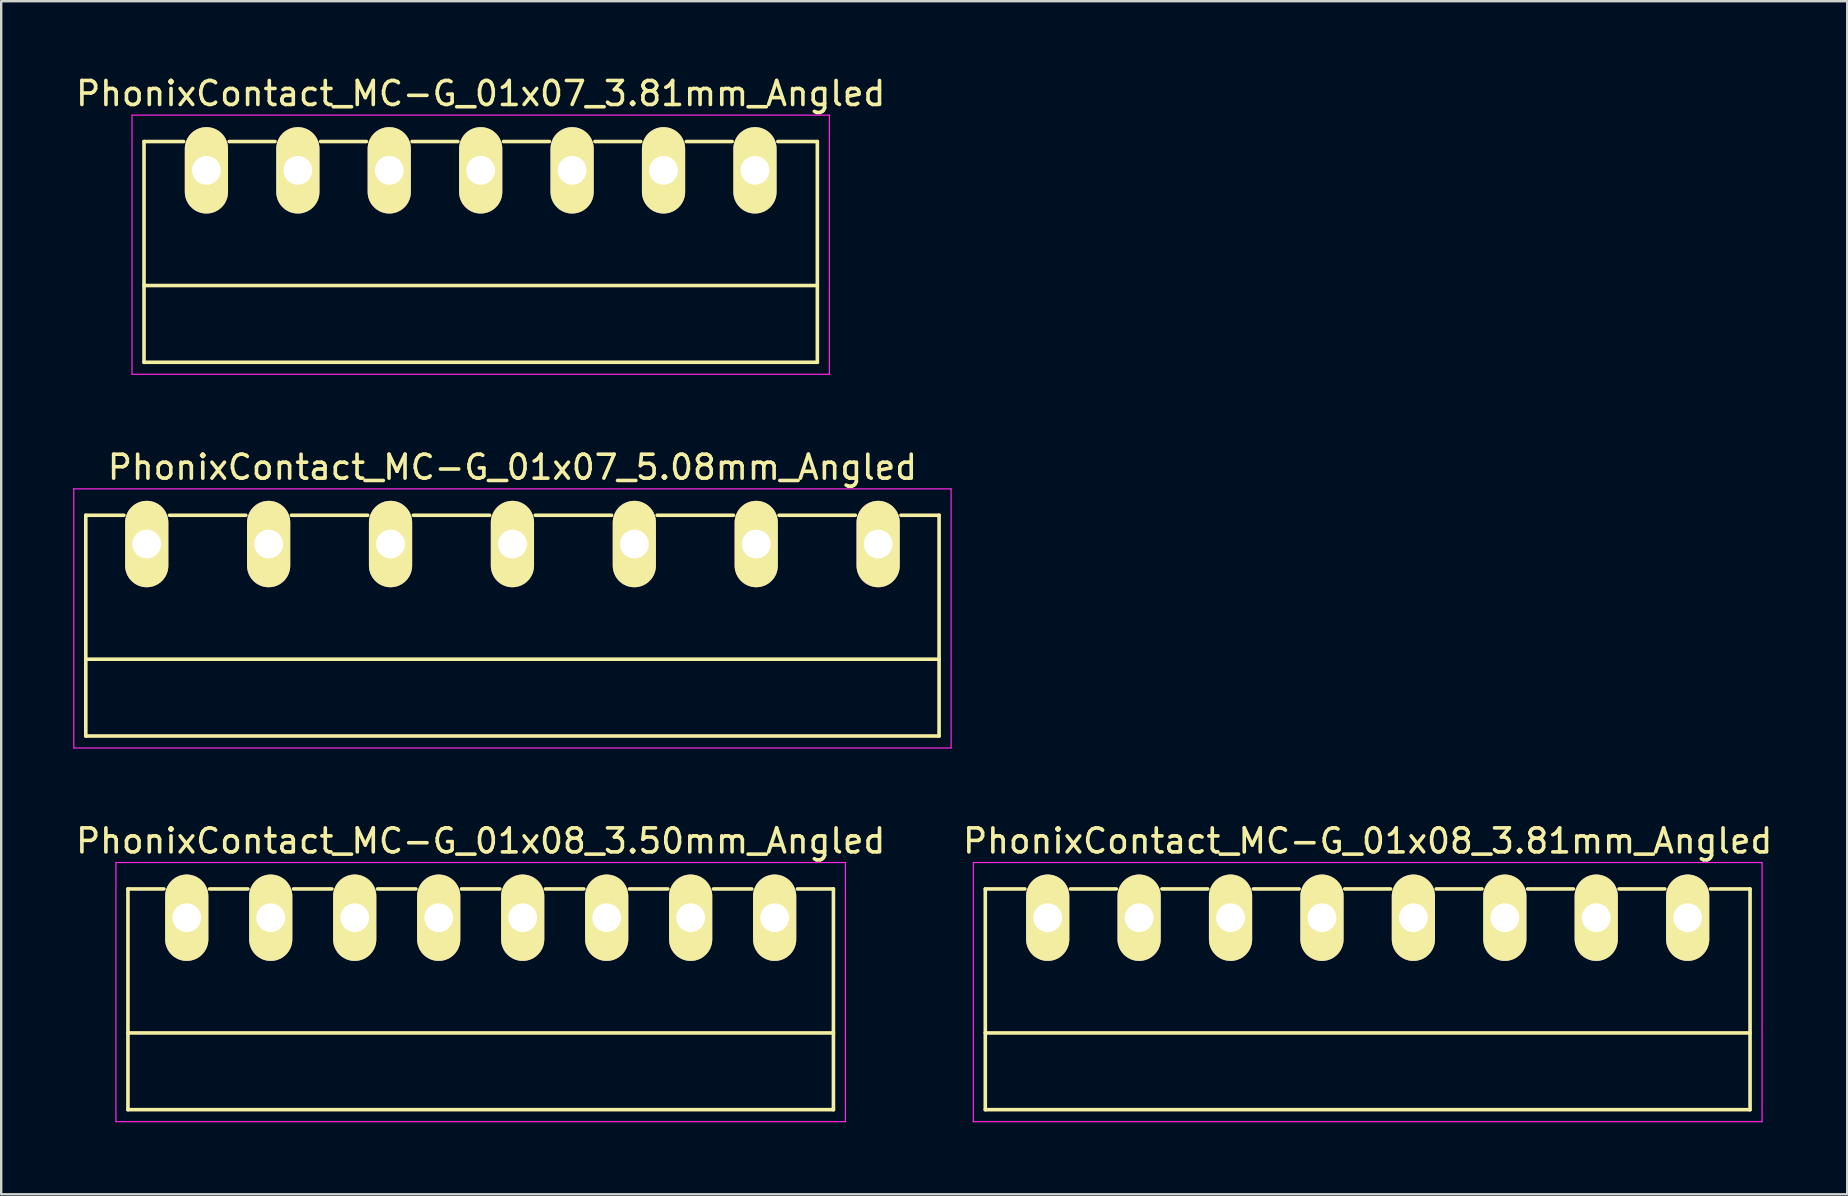
<source format=kicad_pcb>
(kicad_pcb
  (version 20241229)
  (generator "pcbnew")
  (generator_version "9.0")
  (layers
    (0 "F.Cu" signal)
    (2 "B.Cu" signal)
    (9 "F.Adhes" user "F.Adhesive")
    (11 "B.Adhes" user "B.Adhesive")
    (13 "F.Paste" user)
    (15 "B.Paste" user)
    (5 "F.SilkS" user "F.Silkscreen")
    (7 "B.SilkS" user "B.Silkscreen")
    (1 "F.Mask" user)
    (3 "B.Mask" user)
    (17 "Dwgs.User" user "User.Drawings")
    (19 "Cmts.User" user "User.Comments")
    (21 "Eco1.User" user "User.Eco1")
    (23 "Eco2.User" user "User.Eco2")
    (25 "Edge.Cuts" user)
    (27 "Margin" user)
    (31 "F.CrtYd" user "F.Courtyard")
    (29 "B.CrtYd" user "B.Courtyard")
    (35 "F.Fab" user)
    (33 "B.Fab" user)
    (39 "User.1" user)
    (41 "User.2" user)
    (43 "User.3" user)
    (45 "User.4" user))
  (footprint "PhonixContact_MC-G_01x08_3.50mm_Angled"
    (layer "F.Cu")
    (at 4.732 35.195)
    (property "Reference" "PhonixContact_MC-G_01x08_3.50mm_Angled" (at 12.25 -3.2 0) (layer "F.SilkS") (effects (font (size 1 1) (thickness 0.15))))
    (attr through_hole)
    (fp_line (start -2.45 -1.2) (end -2.45 8) (stroke (width 0.15) (type solid)) (layer "F.SilkS"))
    (fp_line (start -2.45 -1.2) (end -0.95 -1.2) (stroke (width 0.15) (type solid)) (layer "F.SilkS"))
    (fp_line (start -2.45 4.8) (end 26.95 4.8) (stroke (width 0.15) (type solid)) (layer "F.SilkS"))
    (fp_line (start -2.45 8) (end 26.95 8) (stroke (width 0.15) (type solid)) (layer "F.SilkS"))
    (fp_line (start 0.95 -1.2) (end 2.55 -1.2) (stroke (width 0.15) (type solid)) (layer "F.SilkS"))
    (fp_line (start 4.45 -1.2) (end 6.05 -1.2) (stroke (width 0.15) (type solid)) (layer "F.SilkS"))
    (fp_line (start 7.95 -1.2) (end 9.55 -1.2) (stroke (width 0.15) (type solid)) (layer "F.SilkS"))
    (fp_line (start 11.45 -1.2) (end 13.05 -1.2) (stroke (width 0.15) (type solid)) (layer "F.SilkS"))
    (fp_line (start 14.95 -1.2) (end 16.55 -1.2) (stroke (width 0.15) (type solid)) (layer "F.SilkS"))
    (fp_line (start 18.45 -1.2) (end 20.05 -1.2) (stroke (width 0.15) (type solid)) (layer "F.SilkS"))
    (fp_line (start 21.95 -1.2) (end 23.55 -1.2) (stroke (width 0.15) (type solid)) (layer "F.SilkS"))
    (fp_line (start 26.95 -1.2) (end 25.45 -1.2) (stroke (width 0.15) (type solid)) (layer "F.SilkS"))
    (fp_line (start 26.95 8) (end 26.95 -1.2) (stroke (width 0.15) (type solid)) (layer "F.SilkS"))
    (fp_line (start -2.95 -2.3) (end -2.95 8.5) (stroke (width 0.05) (type solid)) (layer "F.CrtYd"))
    (fp_line (start -2.95 8.5) (end 27.45 8.5) (stroke (width 0.05) (type solid)) (layer "F.CrtYd"))
    (fp_line (start 27.45 -2.3) (end -2.95 -2.3) (stroke (width 0.05) (type solid)) (layer "F.CrtYd"))
    (fp_line (start 27.45 8.5) (end 27.45 -2.3) (stroke (width 0.05) (type solid)) (layer "F.CrtYd"))
    (pad "1" thru_hole oval (at 0 0) (size 1.8 3.6) (drill 1.2) (layers "*.Cu" "*.Mask" "F.SilkS"))
    (pad "2" thru_hole oval (at 3.5 0) (size 1.8 3.6) (drill 1.2) (layers "*.Cu" "*.Mask" "F.SilkS"))
    (pad "3" thru_hole oval (at 7 0) (size 1.8 3.6) (drill 1.2) (layers "*.Cu" "*.Mask" "F.SilkS"))
    (pad "4" thru_hole oval (at 10.5 0) (size 1.8 3.6) (drill 1.2) (layers "*.Cu" "*.Mask" "F.SilkS"))
    (pad "5" thru_hole oval (at 14 0) (size 1.8 3.6) (drill 1.2) (layers "*.Cu" "*.Mask" "F.SilkS"))
    (pad "6" thru_hole oval (at 17.5 0) (size 1.8 3.6) (drill 1.2) (layers "*.Cu" "*.Mask" "F.SilkS"))
    (pad "7" thru_hole oval (at 21 0) (size 1.8 3.6) (drill 1.2) (layers "*.Cu" "*.Mask" "F.SilkS"))
    (pad "8" thru_hole oval (at 24.5 0) (size 1.8 3.6) (drill 1.2) (layers "*.Cu" "*.Mask" "F.SilkS")))
  (footprint "PhonixContact_MC-G_01x08_3.81mm_Angled"
    (layer "F.Cu")
    (at 40.611 35.195)
    (property "Reference" "PhonixContact_MC-G_01x08_3.81mm_Angled" (at 13.335 -3.2 0) (layer "F.SilkS") (effects (font (size 1 1) (thickness 0.15))))
    (attr through_hole)
    (fp_line (start -2.6 -1.2) (end -2.6 8) (stroke (width 0.15) (type solid)) (layer "F.SilkS"))
    (fp_line (start -2.6 -1.2) (end -0.95 -1.2) (stroke (width 0.15) (type solid)) (layer "F.SilkS"))
    (fp_line (start -2.6 4.8) (end 29.27 4.8) (stroke (width 0.15) (type solid)) (layer "F.SilkS"))
    (fp_line (start -2.6 8) (end 29.27 8) (stroke (width 0.15) (type solid)) (layer "F.SilkS"))
    (fp_line (start 0.95 -1.2) (end 2.86 -1.2) (stroke (width 0.15) (type solid)) (layer "F.SilkS"))
    (fp_line (start 4.76 -1.2) (end 6.67 -1.2) (stroke (width 0.15) (type solid)) (layer "F.SilkS"))
    (fp_line (start 8.57 -1.2) (end 10.48 -1.2) (stroke (width 0.15) (type solid)) (layer "F.SilkS"))
    (fp_line (start 12.38 -1.2) (end 14.29 -1.2) (stroke (width 0.15) (type solid)) (layer "F.SilkS"))
    (fp_line (start 16.19 -1.2) (end 18.1 -1.2) (stroke (width 0.15) (type solid)) (layer "F.SilkS"))
    (fp_line (start 20 -1.2) (end 21.91 -1.2) (stroke (width 0.15) (type solid)) (layer "F.SilkS"))
    (fp_line (start 23.81 -1.2) (end 25.72 -1.2) (stroke (width 0.15) (type solid)) (layer "F.SilkS"))
    (fp_line (start 29.27 -1.2) (end 27.62 -1.2) (stroke (width 0.15) (type solid)) (layer "F.SilkS"))
    (fp_line (start 29.27 8) (end 29.27 -1.2) (stroke (width 0.15) (type solid)) (layer "F.SilkS"))
    (fp_line (start -3.1 -2.3) (end -3.1 8.5) (stroke (width 0.05) (type solid)) (layer "F.CrtYd"))
    (fp_line (start -3.1 8.5) (end 29.77 8.5) (stroke (width 0.05) (type solid)) (layer "F.CrtYd"))
    (fp_line (start 29.77 -2.3) (end -3.1 -2.3) (stroke (width 0.05) (type solid)) (layer "F.CrtYd"))
    (fp_line (start 29.77 8.5) (end 29.77 -2.3) (stroke (width 0.05) (type solid)) (layer "F.CrtYd"))
    (pad "1" thru_hole oval (at 0 0) (size 1.8 3.6) (drill 1.2) (layers "*.Cu" "*.Mask" "F.SilkS"))
    (pad "2" thru_hole oval (at 3.81 0) (size 1.8 3.6) (drill 1.2) (layers "*.Cu" "*.Mask" "F.SilkS"))
    (pad "3" thru_hole oval (at 7.62 0) (size 1.8 3.6) (drill 1.2) (layers "*.Cu" "*.Mask" "F.SilkS"))
    (pad "4" thru_hole oval (at 11.43 0) (size 1.8 3.6) (drill 1.2) (layers "*.Cu" "*.Mask" "F.SilkS"))
    (pad "5" thru_hole oval (at 15.24 0) (size 1.8 3.6) (drill 1.2) (layers "*.Cu" "*.Mask" "F.SilkS"))
    (pad "6" thru_hole oval (at 19.05 0) (size 1.8 3.6) (drill 1.2) (layers "*.Cu" "*.Mask" "F.SilkS"))
    (pad "7" thru_hole oval (at 22.86 0) (size 1.8 3.6) (drill 1.2) (layers "*.Cu" "*.Mask" "F.SilkS"))
    (pad "8" thru_hole oval (at 26.67 0) (size 1.8 3.6) (drill 1.2) (layers "*.Cu" "*.Mask" "F.SilkS")))
  (footprint "PhonixContact_MC-G_01x07_3.81mm_Angled"
    (layer "F.Cu")
    (at 5.552 4.048)
    (property "Reference" "PhonixContact_MC-G_01x07_3.81mm_Angled" (at 11.43 -3.2 0) (layer "F.SilkS") (effects (font (size 1 1) (thickness 0.15))))
    (attr through_hole)
    (fp_line (start -2.6 -1.2) (end -2.6 8) (stroke (width 0.15) (type solid)) (layer "F.SilkS"))
    (fp_line (start -2.6 -1.2) (end -0.95 -1.2) (stroke (width 0.15) (type solid)) (layer "F.SilkS"))
    (fp_line (start -2.6 4.8) (end 25.46 4.8) (stroke (width 0.15) (type solid)) (layer "F.SilkS"))
    (fp_line (start -2.6 8) (end 25.46 8) (stroke (width 0.15) (type solid)) (layer "F.SilkS"))
    (fp_line (start 0.95 -1.2) (end 2.86 -1.2) (stroke (width 0.15) (type solid)) (layer "F.SilkS"))
    (fp_line (start 4.76 -1.2) (end 6.67 -1.2) (stroke (width 0.15) (type solid)) (layer "F.SilkS"))
    (fp_line (start 8.57 -1.2) (end 10.48 -1.2) (stroke (width 0.15) (type solid)) (layer "F.SilkS"))
    (fp_line (start 12.38 -1.2) (end 14.29 -1.2) (stroke (width 0.15) (type solid)) (layer "F.SilkS"))
    (fp_line (start 16.19 -1.2) (end 18.1 -1.2) (stroke (width 0.15) (type solid)) (layer "F.SilkS"))
    (fp_line (start 20 -1.2) (end 21.91 -1.2) (stroke (width 0.15) (type solid)) (layer "F.SilkS"))
    (fp_line (start 25.46 -1.2) (end 23.81 -1.2) (stroke (width 0.15) (type solid)) (layer "F.SilkS"))
    (fp_line (start 25.46 8) (end 25.46 -1.2) (stroke (width 0.15) (type solid)) (layer "F.SilkS"))
    (fp_line (start -3.1 -2.3) (end -3.1 8.5) (stroke (width 0.05) (type solid)) (layer "F.CrtYd"))
    (fp_line (start -3.1 8.5) (end 25.96 8.5) (stroke (width 0.05) (type solid)) (layer "F.CrtYd"))
    (fp_line (start 25.96 -2.3) (end -3.1 -2.3) (stroke (width 0.05) (type solid)) (layer "F.CrtYd"))
    (fp_line (start 25.96 8.5) (end 25.96 -2.3) (stroke (width 0.05) (type solid)) (layer "F.CrtYd"))
    (pad "1" thru_hole oval (at 0 0) (size 1.8 3.6) (drill 1.2) (layers "*.Cu" "*.Mask" "F.SilkS"))
    (pad "2" thru_hole oval (at 3.81 0) (size 1.8 3.6) (drill 1.2) (layers "*.Cu" "*.Mask" "F.SilkS"))
    (pad "3" thru_hole oval (at 7.62 0) (size 1.8 3.6) (drill 1.2) (layers "*.Cu" "*.Mask" "F.SilkS"))
    (pad "4" thru_hole oval (at 11.43 0) (size 1.8 3.6) (drill 1.2) (layers "*.Cu" "*.Mask" "F.SilkS"))
    (pad "5" thru_hole oval (at 15.24 0) (size 1.8 3.6) (drill 1.2) (layers "*.Cu" "*.Mask" "F.SilkS"))
    (pad "6" thru_hole oval (at 19.05 0) (size 1.8 3.6) (drill 1.2) (layers "*.Cu" "*.Mask" "F.SilkS"))
    (pad "7" thru_hole oval (at 22.86 0) (size 1.8 3.6) (drill 1.2) (layers "*.Cu" "*.Mask" "F.SilkS")))
  (footprint "PhonixContact_MC-G_01x07_5.08mm_Angled"
    (layer "F.Cu")
    (at 3.065 19.622)
    (property "Reference" "PhonixContact_MC-G_01x07_5.08mm_Angled" (at 15.24 -3.2 0) (layer "F.SilkS") (effects (font (size 1 1) (thickness 0.15))))
    (attr through_hole)
    (fp_line (start -2.54 -1.2) (end -2.54 8) (stroke (width 0.15) (type solid)) (layer "F.SilkS"))
    (fp_line (start -2.54 -1.2) (end -0.95 -1.2) (stroke (width 0.15) (type solid)) (layer "F.SilkS"))
    (fp_line (start -2.54 4.8) (end 33.02 4.8) (stroke (width 0.15) (type solid)) (layer "F.SilkS"))
    (fp_line (start -2.54 8) (end 33.02 8) (stroke (width 0.15) (type solid)) (layer "F.SilkS"))
    (fp_line (start 0.95 -1.2) (end 4.13 -1.2) (stroke (width 0.15) (type solid)) (layer "F.SilkS"))
    (fp_line (start 6.03 -1.2) (end 9.21 -1.2) (stroke (width 0.15) (type solid)) (layer "F.SilkS"))
    (fp_line (start 11.11 -1.2) (end 14.29 -1.2) (stroke (width 0.15) (type solid)) (layer "F.SilkS"))
    (fp_line (start 16.19 -1.2) (end 19.37 -1.2) (stroke (width 0.15) (type solid)) (layer "F.SilkS"))
    (fp_line (start 21.27 -1.2) (end 24.45 -1.2) (stroke (width 0.15) (type solid)) (layer "F.SilkS"))
    (fp_line (start 26.35 -1.2) (end 29.53 -1.2) (stroke (width 0.15) (type solid)) (layer "F.SilkS"))
    (fp_line (start 33.02 -1.2) (end 31.43 -1.2) (stroke (width 0.15) (type solid)) (layer "F.SilkS"))
    (fp_line (start 33.02 8) (end 33.02 -1.2) (stroke (width 0.15) (type solid)) (layer "F.SilkS"))
    (fp_line (start -3.04 -2.3) (end -3.04 8.5) (stroke (width 0.05) (type solid)) (layer "F.CrtYd"))
    (fp_line (start -3.04 8.5) (end 33.52 8.5) (stroke (width 0.05) (type solid)) (layer "F.CrtYd"))
    (fp_line (start 33.52 -2.3) (end -3.04 -2.3) (stroke (width 0.05) (type solid)) (layer "F.CrtYd"))
    (fp_line (start 33.52 8.5) (end 33.52 -2.3) (stroke (width 0.05) (type solid)) (layer "F.CrtYd"))
    (pad "1" thru_hole oval (at 0 0) (size 1.8 3.6) (drill 1.2) (layers "*.Cu" "*.Mask" "F.SilkS"))
    (pad "2" thru_hole oval (at 5.08 0) (size 1.8 3.6) (drill 1.2) (layers "*.Cu" "*.Mask" "F.SilkS"))
    (pad "3" thru_hole oval (at 10.16 0) (size 1.8 3.6) (drill 1.2) (layers "*.Cu" "*.Mask" "F.SilkS"))
    (pad "4" thru_hole oval (at 15.24 0) (size 1.8 3.6) (drill 1.2) (layers "*.Cu" "*.Mask" "F.SilkS"))
    (pad "5" thru_hole oval (at 20.32 0) (size 1.8 3.6) (drill 1.2) (layers "*.Cu" "*.Mask" "F.SilkS"))
    (pad "6" thru_hole oval (at 25.4 0) (size 1.8 3.6) (drill 1.2) (layers "*.Cu" "*.Mask" "F.SilkS"))
    (pad "7" thru_hole oval (at 30.48 0) (size 1.8 3.6) (drill 1.2) (layers "*.Cu" "*.Mask" "F.SilkS")))
  (gr_rect
    (start -3 -3)
    (end 73.929 46.72)
    (stroke (width 0.1) (type default))
    (fill no)
    (layer "Edge.Cuts")))
</source>
